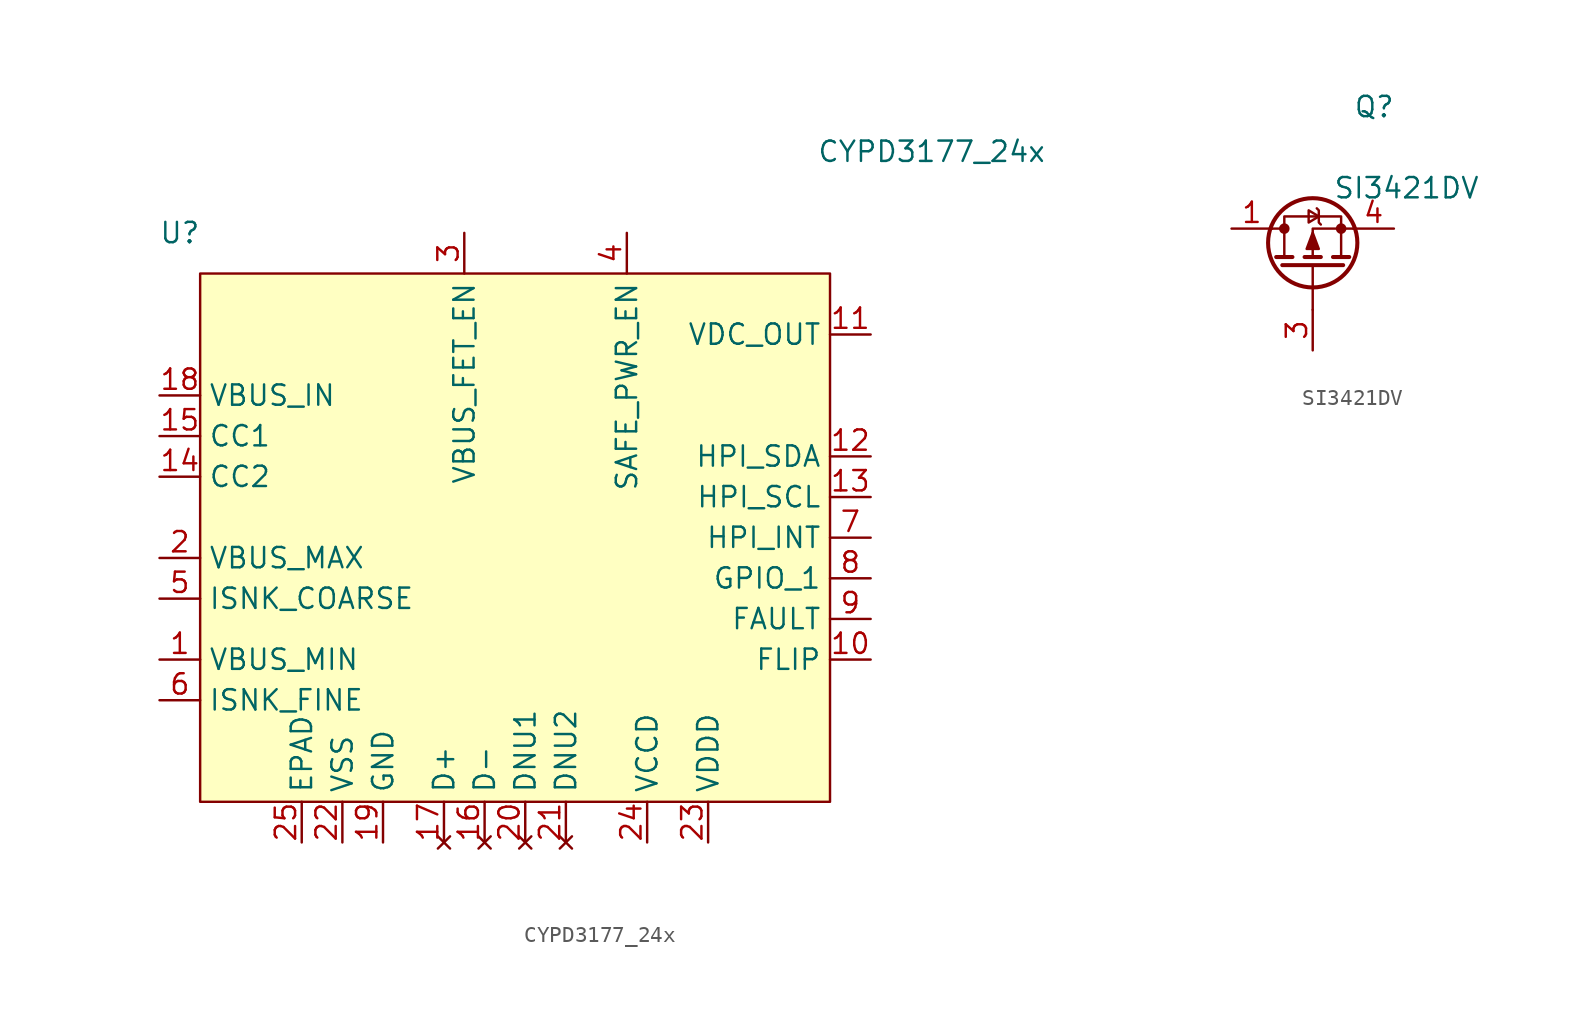
<source format=kicad_sym>
(kicad_symbol_lib
  (version 20220914)
  (generator kicad_symbol_editor)
  (symbol "CYPD3177_24x"
    (property "Reference" "U"
      (at -24.13 15.24 0)
      (effects (font (size 1.27 1.27))))
    (property "Value" "CYPD3177_24x"
      (at 22.86 20.32 0)
      (effects (font (size 1.27 1.27))))
    (symbol "CYPD3177_24x_1_1"
      (rectangle (start -22.86 12.7) (end 16.51 -20.32) (stroke (width 0) (type default)) (fill (type background)))
      (pin input line (at -25.4 -11.43 0) (length 2.54) (name "VBUS_MIN" (effects (font (size 1.27 1.27)))) (number "1" (effects (font (size 1.27 1.27)))))
      (pin bidirectional line (at 19.05 -11.43 180) (length 2.54) (name "FLIP" (effects (font (size 1.27 1.27)))) (number "10" (effects (font (size 1.27 1.27)))))
      (pin power_out line (at 19.05 8.89 180) (length 2.54) (name "VDC_OUT" (effects (font (size 1.27 1.27)))) (number "11" (effects (font (size 1.27 1.27)))))
      (pin bidirectional line (at 19.05 1.27 180) (length 2.54) (name "HPI_SDA" (effects (font (size 1.27 1.27)))) (number "12" (effects (font (size 1.27 1.27)))))
      (pin input line (at 19.05 -1.27 180) (length 2.54) (name "HPI_SCL" (effects (font (size 1.27 1.27)))) (number "13" (effects (font (size 1.27 1.27)))))
      (pin bidirectional line (at -25.4 0 0) (length 2.54) (name "CC2" (effects (font (size 1.27 1.27)))) (number "14" (effects (font (size 1.27 1.27)))))
      (pin bidirectional line (at -25.4 2.54 0) (length 2.54) (name "CC1" (effects (font (size 1.27 1.27)))) (number "15" (effects (font (size 1.27 1.27)))))
      (pin no_connect line (at -5.08 -22.86 90) (length 2.54) (name "D-" (effects (font (size 1.27 1.27)))) (number "16" (effects (font (size 1.27 1.27)))))
      (pin no_connect line (at -7.62 -22.86 90) (length 2.54) (name "D+" (effects (font (size 1.27 1.27)))) (number "17" (effects (font (size 1.27 1.27)))))
      (pin power_in line (at -25.4 5.08 0) (length 2.54) (name "VBUS_IN" (effects (font (size 1.27 1.27)))) (number "18" (effects (font (size 1.27 1.27)))))
      (pin power_in line (at -11.43 -22.86 90) (length 2.54) (name "GND" (effects (font (size 1.27 1.27)))) (number "19" (effects (font (size 1.27 1.27)))))
      (pin input line (at -25.4 -5.08 0) (length 2.54) (name "VBUS_MAX" (effects (font (size 1.27 1.27)))) (number "2" (effects (font (size 1.27 1.27)))))
      (pin no_connect line (at -2.54 -22.86 90) (length 2.54) (name "DNU1" (effects (font (size 1.27 1.27)))) (number "20" (effects (font (size 1.27 1.27)))))
      (pin no_connect line (at 0 -22.86 90) (length 2.54) (name "DNU2" (effects (font (size 1.27 1.27)))) (number "21" (effects (font (size 1.27 1.27)))))
      (pin power_in line (at -13.97 -22.86 90) (length 2.54) (name "VSS" (effects (font (size 1.27 1.27)))) (number "22" (effects (font (size 1.27 1.27)))))
      (pin power_out line (at 8.89 -22.86 90) (length 2.54) (name "VDDD" (effects (font (size 1.27 1.27)))) (number "23" (effects (font (size 1.27 1.27)))))
      (pin power_out line (at 5.08 -22.86 90) (length 2.54) (name "VCCD" (effects (font (size 1.27 1.27)))) (number "24" (effects (font (size 1.27 1.27)))))
      (pin power_in line (at -16.51 -22.86 90) (length 2.54) (name "EPAD" (effects (font (size 1.27 1.27)))) (number "25" (effects (font (size 1.27 1.27)))))
      (pin output line (at -6.35 15.24 270) (length 2.54) (name "VBUS_FET_EN" (effects (font (size 1.27 1.27)))) (number "3" (effects (font (size 1.27 1.27)))))
      (pin output line (at 3.81 15.24 270) (length 2.54) (name "SAFE_PWR_EN" (effects (font (size 1.27 1.27)))) (number "4" (effects (font (size 1.27 1.27)))))
      (pin input line (at -25.4 -7.62 0) (length 2.54) (name "ISNK_COARSE" (effects (font (size 1.27 1.27)))) (number "5" (effects (font (size 1.27 1.27)))))
      (pin input line (at -25.4 -13.97 0) (length 2.54) (name "ISNK_FINE" (effects (font (size 1.27 1.27)))) (number "6" (effects (font (size 1.27 1.27)))))
      (pin input line (at 19.05 -3.81 180) (length 2.54) (name "HPI_INT" (effects (font (size 1.27 1.27)))) (number "7" (effects (font (size 1.27 1.27)))))
      (pin bidirectional line (at 19.05 -6.35 180) (length 2.54) (name "GPIO_1" (effects (font (size 1.27 1.27)))) (number "8" (effects (font (size 1.27 1.27)))))
      (pin output line (at 19.05 -8.89 180) (length 2.54) (name "FAULT" (effects (font (size 1.27 1.27)))) (number "9" (effects (font (size 1.27 1.27)))))))
  (symbol "SI3421DV"
    (pin_names
      (offset 0) hide)
    (property "Reference" "Q"
      (at 2.54 7.62 0)
      (effects (font (size 1.27 1.27)) (justify left)))
    (property "Value" "SI3421DV"
      (at 1.27 2.54 0)
      (effects (font (size 1.27 1.27)) (justify left)))
    (symbol "SI3421DV_0_1"
      (circle (center -1.778 0) (radius 0.254) (stroke (width 0) (type solid)) (fill (type outline)))
      (circle (center 0 -0.889) (radius 2.794) (stroke (width 0.254) (type solid)) (fill (type none)))
      (polyline (pts (xy -2.54 0) (xy -1.778 0)) (stroke (width 0) (type solid)) (fill (type none)))
      (polyline (pts (xy -2.286 -1.778) (xy -1.27 -1.778)) (stroke (width 0.254) (type solid)) (fill (type none)))
      (polyline (pts (xy -1.905 -2.286) (xy 1.905 -2.286)) (stroke (width 0.254) (type solid)) (fill (type none)))
      (polyline (pts (xy -0.508 -1.778) (xy 0.508 -1.778)) (stroke (width 0.254) (type solid)) (fill (type none)))
      (polyline (pts (xy 0 -2.286) (xy 0 -5.08)) (stroke (width 0) (type solid)) (fill (type none)))
      (polyline (pts (xy 1.27 -1.778) (xy 2.286 -1.778)) (stroke (width 0.254) (type solid)) (fill (type none)))
      (polyline (pts (xy 2.54 0) (xy 0 0) (xy 0 -1.778)) (stroke (width 0) (type solid)) (fill (type none)))
      (polyline (pts (xy -1.778 -1.778) (xy -1.778 0.762) (xy 1.778 0.762) (xy 1.778 -1.778)) (stroke (width 0) (type solid)) (fill (type none)))
      (polyline (pts (xy 0 -0.254) (xy -0.381 -1.27) (xy 0.381 -1.27) (xy 0 -0.254)) (stroke (width 0) (type solid)) (fill (type outline)))
      (polyline (pts (xy 0.381 0.762) (xy -0.254 0.381) (xy -0.254 1.143) (xy 0.381 0.762)) (stroke (width 0) (type solid)) (fill (type none)))
      (polyline (pts (xy 0.508 0.254) (xy 0.381 0.381) (xy 0.381 1.143) (xy 0.254 1.27)) (stroke (width 0) (type solid)) (fill (type none)))
      (circle (center 1.778 0) (radius 0.254) (stroke (width 0) (type solid)) (fill (type outline))))
    (symbol "SI3421DV_1_1"
      (pin passive line (at -5.08 0 0) (length 2.54) (name "D" (effects (font (size 1.27 1.27)))) (number "1" (effects (font (size 1.27 1.27)))))
      (pin passive line (at -5.08 0 0) (length 2.54) hide (name "D1" (effects (font (size 1.27 1.27)))) (number "2" (effects (font (size 1.27 1.27)))))
      (pin input line (at 0 -7.62 90) (length 2.54) (name "G" (effects (font (size 1.27 1.27)))) (number "3" (effects (font (size 1.27 1.27)))))
      (pin passive line (at 5.08 0 180) (length 2.54) (name "S" (effects (font (size 1.27 1.27)))) (number "4" (effects (font (size 1.27 1.27)))))
      (pin passive line (at -5.08 0 0) (length 2.54) hide (name "D2" (effects (font (size 1.27 1.27)))) (number "5" (effects (font (size 1.27 1.27)))))
      (pin passive line (at -5.08 0 0) (length 2.54) hide (name "D3" (effects (font (size 1.27 1.27)))) (number "6" (effects (font (size 1.27 1.27))))))))
</source>
